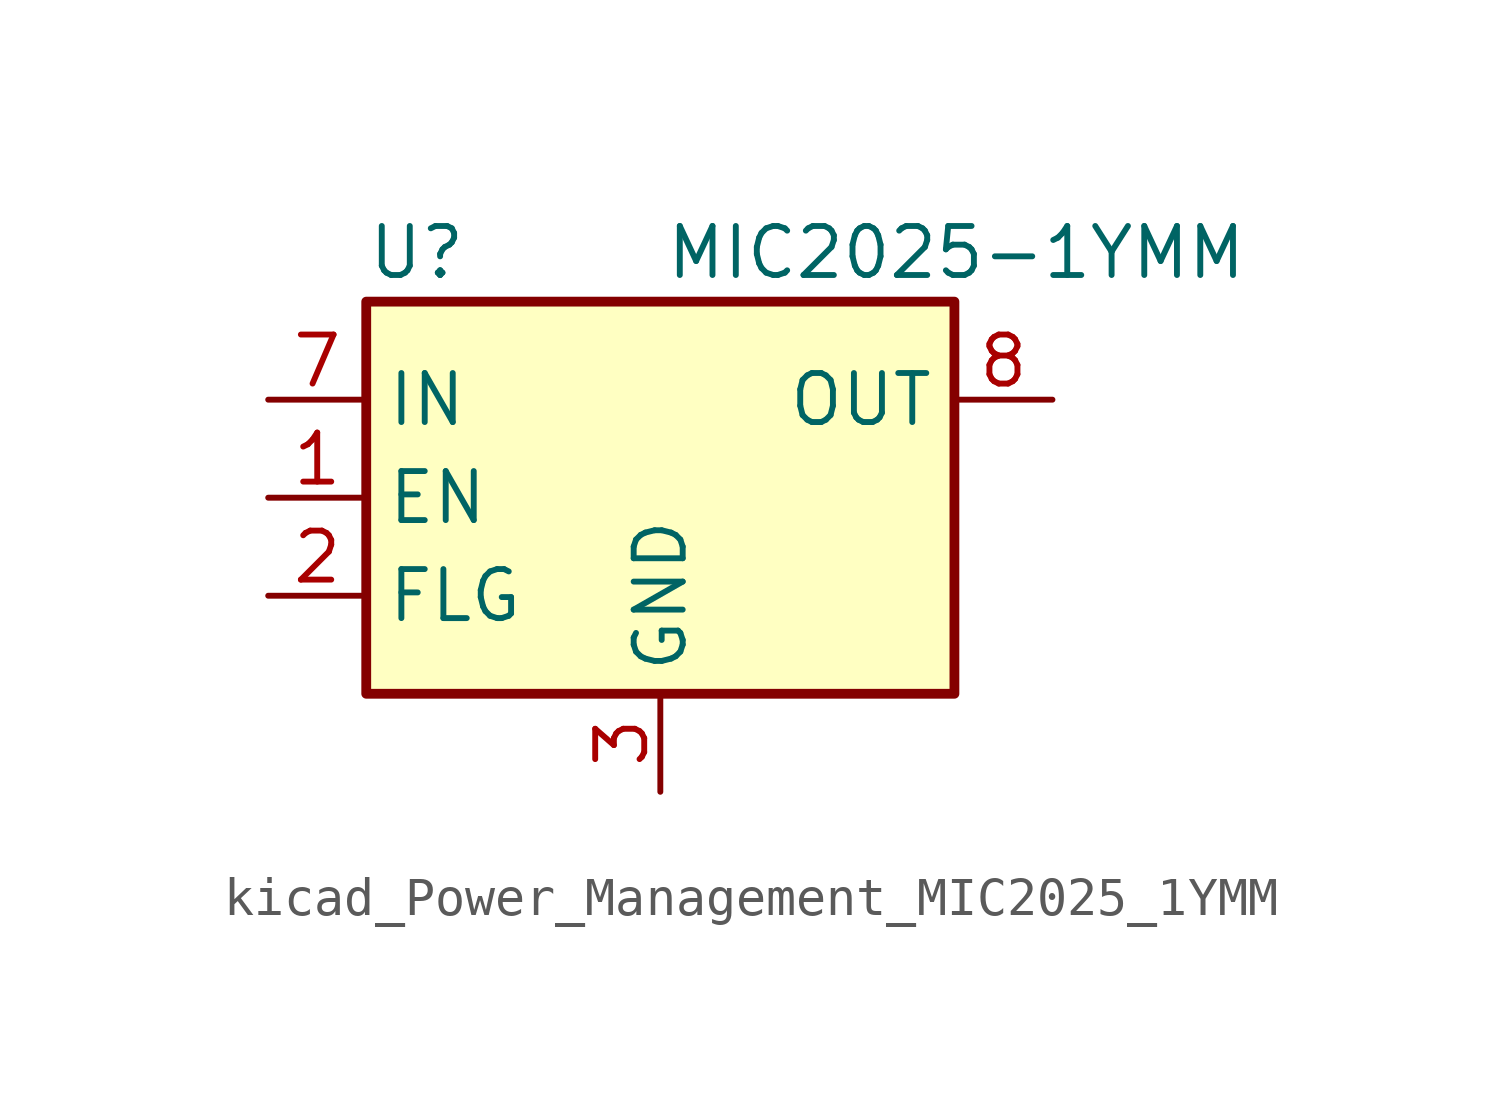
<source format=kicad_sym>
(kicad_symbol_lib
  (version 20220914)
  (generator kicad_symbol_editor)
  (symbol "kicad_Power_Management_MIC2025_1YMM"
    (property "Reference" "U"
      (at -7.62 6.35 0)
      (effects (font (size 1.27 1.27)) (justify left)))
    (property "Value" "MIC2025-1YMM"
      (at 15.24 6.35 0)
      (effects (font (size 1.27 1.27)) (justify right)))
    (symbol "kicad_Power_Management_MIC2025_1YMM_0_1"
      (rectangle (start -7.62 5.08) (end 7.62 -5.08) (stroke (width 0.254) (type default)) (fill (type background))))
    (symbol "kicad_Power_Management_MIC2025_1YMM_1_1"
      (pin input line (at -10.16 0 0) (length 2.54) (name "EN" (effects (font (size 1.27 1.27)))) (number "1" (effects (font (size 1.27 1.27)))))
      (pin open_collector line (at -10.16 -2.54 0) (length 2.54) (name "FLG" (effects (font (size 1.27 1.27)))) (number "2" (effects (font (size 1.27 1.27)))))
      (pin power_in line (at 0 -7.62 90) (length 2.54) (name "GND" (effects (font (size 1.27 1.27)))) (number "3" (effects (font (size 1.27 1.27)))))
      (pin no_connect line (at 7.62 0 180) (length 2.54) hide (name "NC" (effects (font (size 1.27 1.27)))) (number "4" (effects (font (size 1.27 1.27)))))
      (pin no_connect line (at 7.62 -2.54 180) (length 2.54) hide (name "NC" (effects (font (size 1.27 1.27)))) (number "5" (effects (font (size 1.27 1.27)))))
      (pin passive line (at 10.16 2.54 180) (length 2.54) hide (name "OUT" (effects (font (size 1.27 1.27)))) (number "6" (effects (font (size 1.27 1.27)))))
      (pin power_in line (at -10.16 2.54 0) (length 2.54) (name "IN" (effects (font (size 1.27 1.27)))) (number "7" (effects (font (size 1.27 1.27)))))
      (pin power_out line (at 10.16 2.54 180) (length 2.54) (name "OUT" (effects (font (size 1.27 1.27)))) (number "8" (effects (font (size 1.27 1.27))))))))
</source>
